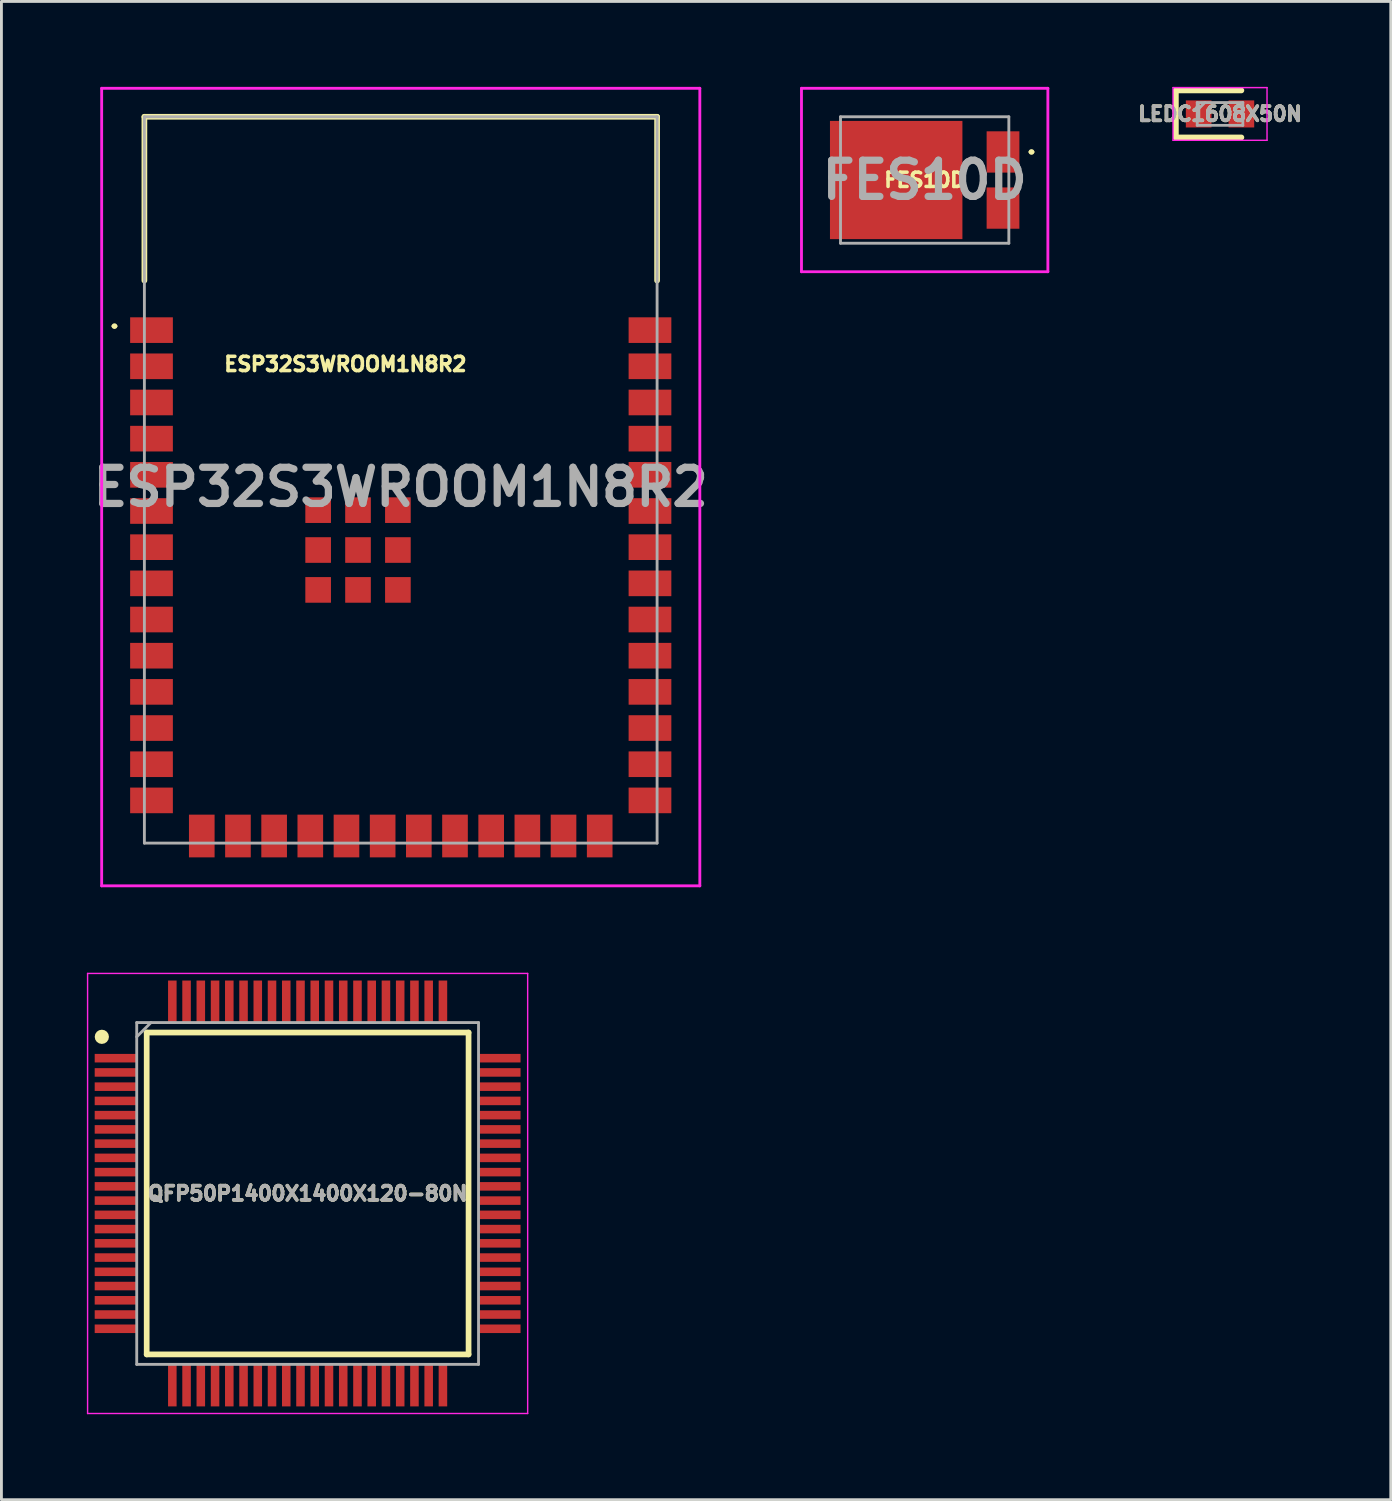
<source format=kicad_pcb>
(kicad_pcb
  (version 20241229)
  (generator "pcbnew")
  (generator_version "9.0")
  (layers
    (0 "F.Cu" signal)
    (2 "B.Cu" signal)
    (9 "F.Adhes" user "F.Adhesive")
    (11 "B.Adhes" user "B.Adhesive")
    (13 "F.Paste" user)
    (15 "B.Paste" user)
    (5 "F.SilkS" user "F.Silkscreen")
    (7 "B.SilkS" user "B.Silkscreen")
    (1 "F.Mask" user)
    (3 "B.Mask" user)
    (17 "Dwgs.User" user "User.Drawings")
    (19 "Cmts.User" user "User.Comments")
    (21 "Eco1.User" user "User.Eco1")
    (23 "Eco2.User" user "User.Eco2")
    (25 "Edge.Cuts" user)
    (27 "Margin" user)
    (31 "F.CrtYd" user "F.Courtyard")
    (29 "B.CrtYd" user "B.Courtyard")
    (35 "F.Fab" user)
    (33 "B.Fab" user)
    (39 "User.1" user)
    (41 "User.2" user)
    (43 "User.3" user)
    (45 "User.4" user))
  (footprint "QFP50P1400X1400X120-80N"
    (layer "F.Cu")
    (at 7.75 38.85)
    (property "Reference" "QFP50P1400X1400X120-80N" (at 0 0 180) (layer "F.SilkS") (effects (font (size 0.5 0.5) (thickness 0.25))))
    (attr smd)
    (fp_line (start -5.65 -5.65) (end 5.65 -5.65) (stroke (width 0.2) (type solid)) (layer "F.SilkS"))
    (fp_line (start -5.65 5.65) (end -5.65 -5.65) (stroke (width 0.2) (type solid)) (layer "F.SilkS"))
    (fp_line (start 5.65 -5.65) (end 5.65 5.65) (stroke (width 0.2) (type solid)) (layer "F.SilkS"))
    (fp_line (start 5.65 5.65) (end -5.65 5.65) (stroke (width 0.2) (type solid)) (layer "F.SilkS"))
    (fp_circle (center -7.225 -5.5) (end -7.225 -5.375) (stroke (width 0.25) (type solid)) (fill no) (layer "F.SilkS"))
    (fp_line (start -7.725 -7.725) (end 7.725 -7.725) (stroke (width 0.05) (type solid)) (layer "F.CrtYd"))
    (fp_line (start -7.725 7.725) (end -7.725 -7.725) (stroke (width 0.05) (type solid)) (layer "F.CrtYd"))
    (fp_line (start 7.725 -7.725) (end 7.725 7.725) (stroke (width 0.05) (type solid)) (layer "F.CrtYd"))
    (fp_line (start 7.725 7.725) (end -7.725 7.725) (stroke (width 0.05) (type solid)) (layer "F.CrtYd"))
    (fp_line (start -6 -6) (end 6 -6) (stroke (width 0.1) (type solid)) (layer "F.Fab"))
    (fp_line (start -6 -5.5) (end -5.5 -6) (stroke (width 0.1) (type solid)) (layer "F.Fab"))
    (fp_line (start -6 6) (end -6 -6) (stroke (width 0.1) (type solid)) (layer "F.Fab"))
    (fp_line (start 6 -6) (end 6 6) (stroke (width 0.1) (type solid)) (layer "F.Fab"))
    (fp_line (start 6 6) (end -6 6) (stroke (width 0.1) (type solid)) (layer "F.Fab"))
    (fp_text user "${REFERENCE}" (at 0 0 180) (layer "F.Fab") (effects (font (size 0.5 0.5) (thickness 0.25))))
    (pad "1" smd rect (at -6.738 -4.75 90) (size 0.3 1.475) (layers "F.Cu" "F.Mask" "F.Paste"))
    (pad "2" smd rect (at -6.738 -4.25 90) (size 0.3 1.475) (layers "F.Cu" "F.Mask" "F.Paste"))
    (pad "3" smd rect (at -6.738 -3.75 90) (size 0.3 1.475) (layers "F.Cu" "F.Mask" "F.Paste"))
    (pad "4" smd rect (at -6.738 -3.25 90) (size 0.3 1.475) (layers "F.Cu" "F.Mask" "F.Paste"))
    (pad "5" smd rect (at -6.738 -2.75 90) (size 0.3 1.475) (layers "F.Cu" "F.Mask" "F.Paste"))
    (pad "6" smd rect (at -6.738 -2.25 90) (size 0.3 1.475) (layers "F.Cu" "F.Mask" "F.Paste"))
    (pad "7" smd rect (at -6.738 -1.75 90) (size 0.3 1.475) (layers "F.Cu" "F.Mask" "F.Paste"))
    (pad "8" smd rect (at -6.738 -1.25 90) (size 0.3 1.475) (layers "F.Cu" "F.Mask" "F.Paste"))
    (pad "9" smd rect (at -6.738 -0.75 90) (size 0.3 1.475) (layers "F.Cu" "F.Mask" "F.Paste"))
    (pad "10" smd rect (at -6.738 -0.25 90) (size 0.3 1.475) (layers "F.Cu" "F.Mask" "F.Paste"))
    (pad "11" smd rect (at -6.738 0.25 90) (size 0.3 1.475) (layers "F.Cu" "F.Mask" "F.Paste"))
    (pad "12" smd rect (at -6.738 0.75 90) (size 0.3 1.475) (layers "F.Cu" "F.Mask" "F.Paste"))
    (pad "13" smd rect (at -6.738 1.25 90) (size 0.3 1.475) (layers "F.Cu" "F.Mask" "F.Paste"))
    (pad "14" smd rect (at -6.738 1.75 90) (size 0.3 1.475) (layers "F.Cu" "F.Mask" "F.Paste"))
    (pad "15" smd rect (at -6.738 2.25 90) (size 0.3 1.475) (layers "F.Cu" "F.Mask" "F.Paste"))
    (pad "16" smd rect (at -6.738 2.75 90) (size 0.3 1.475) (layers "F.Cu" "F.Mask" "F.Paste"))
    (pad "17" smd rect (at -6.738 3.25 90) (size 0.3 1.475) (layers "F.Cu" "F.Mask" "F.Paste"))
    (pad "18" smd rect (at -6.738 3.75 90) (size 0.3 1.475) (layers "F.Cu" "F.Mask" "F.Paste"))
    (pad "19" smd rect (at -6.738 4.25 90) (size 0.3 1.475) (layers "F.Cu" "F.Mask" "F.Paste"))
    (pad "20" smd rect (at -6.738 4.75 90) (size 0.3 1.475) (layers "F.Cu" "F.Mask" "F.Paste"))
    (pad "21" smd rect (at -4.75 6.738) (size 0.3 1.475) (layers "F.Cu" "F.Mask" "F.Paste"))
    (pad "22" smd rect (at -4.25 6.738) (size 0.3 1.475) (layers "F.Cu" "F.Mask" "F.Paste"))
    (pad "23" smd rect (at -3.75 6.738) (size 0.3 1.475) (layers "F.Cu" "F.Mask" "F.Paste"))
    (pad "24" smd rect (at -3.25 6.738) (size 0.3 1.475) (layers "F.Cu" "F.Mask" "F.Paste"))
    (pad "25" smd rect (at -2.75 6.738) (size 0.3 1.475) (layers "F.Cu" "F.Mask" "F.Paste"))
    (pad "26" smd rect (at -2.25 6.738) (size 0.3 1.475) (layers "F.Cu" "F.Mask" "F.Paste"))
    (pad "27" smd rect (at -1.75 6.738) (size 0.3 1.475) (layers "F.Cu" "F.Mask" "F.Paste"))
    (pad "28" smd rect (at -1.25 6.738) (size 0.3 1.475) (layers "F.Cu" "F.Mask" "F.Paste"))
    (pad "29" smd rect (at -0.75 6.738) (size 0.3 1.475) (layers "F.Cu" "F.Mask" "F.Paste"))
    (pad "30" smd rect (at -0.25 6.738) (size 0.3 1.475) (layers "F.Cu" "F.Mask" "F.Paste"))
    (pad "31" smd rect (at 0.25 6.738) (size 0.3 1.475) (layers "F.Cu" "F.Mask" "F.Paste"))
    (pad "32" smd rect (at 0.75 6.738) (size 0.3 1.475) (layers "F.Cu" "F.Mask" "F.Paste"))
    (pad "33" smd rect (at 1.25 6.738) (size 0.3 1.475) (layers "F.Cu" "F.Mask" "F.Paste"))
    (pad "34" smd rect (at 1.75 6.738) (size 0.3 1.475) (layers "F.Cu" "F.Mask" "F.Paste"))
    (pad "35" smd rect (at 2.25 6.738) (size 0.3 1.475) (layers "F.Cu" "F.Mask" "F.Paste"))
    (pad "36" smd rect (at 2.75 6.738) (size 0.3 1.475) (layers "F.Cu" "F.Mask" "F.Paste"))
    (pad "37" smd rect (at 3.25 6.738) (size 0.3 1.475) (layers "F.Cu" "F.Mask" "F.Paste"))
    (pad "38" smd rect (at 3.75 6.738) (size 0.3 1.475) (layers "F.Cu" "F.Mask" "F.Paste"))
    (pad "39" smd rect (at 4.25 6.738) (size 0.3 1.475) (layers "F.Cu" "F.Mask" "F.Paste"))
    (pad "40" smd rect (at 4.75 6.738) (size 0.3 1.475) (layers "F.Cu" "F.Mask" "F.Paste"))
    (pad "41" smd rect (at 6.738 4.75 90) (size 0.3 1.475) (layers "F.Cu" "F.Mask" "F.Paste"))
    (pad "42" smd rect (at 6.738 4.25 90) (size 0.3 1.475) (layers "F.Cu" "F.Mask" "F.Paste"))
    (pad "43" smd rect (at 6.738 3.75 90) (size 0.3 1.475) (layers "F.Cu" "F.Mask" "F.Paste"))
    (pad "44" smd rect (at 6.738 3.25 90) (size 0.3 1.475) (layers "F.Cu" "F.Mask" "F.Paste"))
    (pad "45" smd rect (at 6.738 2.75 90) (size 0.3 1.475) (layers "F.Cu" "F.Mask" "F.Paste"))
    (pad "46" smd rect (at 6.738 2.25 90) (size 0.3 1.475) (layers "F.Cu" "F.Mask" "F.Paste"))
    (pad "47" smd rect (at 6.738 1.75 90) (size 0.3 1.475) (layers "F.Cu" "F.Mask" "F.Paste"))
    (pad "48" smd rect (at 6.738 1.25 90) (size 0.3 1.475) (layers "F.Cu" "F.Mask" "F.Paste"))
    (pad "49" smd rect (at 6.738 0.75 90) (size 0.3 1.475) (layers "F.Cu" "F.Mask" "F.Paste"))
    (pad "50" smd rect (at 6.738 0.25 90) (size 0.3 1.475) (layers "F.Cu" "F.Mask" "F.Paste"))
    (pad "51" smd rect (at 6.738 -0.25 90) (size 0.3 1.475) (layers "F.Cu" "F.Mask" "F.Paste"))
    (pad "52" smd rect (at 6.738 -0.75 90) (size 0.3 1.475) (layers "F.Cu" "F.Mask" "F.Paste"))
    (pad "53" smd rect (at 6.738 -1.25 90) (size 0.3 1.475) (layers "F.Cu" "F.Mask" "F.Paste"))
    (pad "54" smd rect (at 6.738 -1.75 90) (size 0.3 1.475) (layers "F.Cu" "F.Mask" "F.Paste"))
    (pad "55" smd rect (at 6.738 -2.25 90) (size 0.3 1.475) (layers "F.Cu" "F.Mask" "F.Paste"))
    (pad "56" smd rect (at 6.738 -2.75 90) (size 0.3 1.475) (layers "F.Cu" "F.Mask" "F.Paste"))
    (pad "57" smd rect (at 6.738 -3.25 90) (size 0.3 1.475) (layers "F.Cu" "F.Mask" "F.Paste"))
    (pad "58" smd rect (at 6.738 -3.75 90) (size 0.3 1.475) (layers "F.Cu" "F.Mask" "F.Paste"))
    (pad "59" smd rect (at 6.738 -4.25 90) (size 0.3 1.475) (layers "F.Cu" "F.Mask" "F.Paste"))
    (pad "60" smd rect (at 6.738 -4.75 90) (size 0.3 1.475) (layers "F.Cu" "F.Mask" "F.Paste"))
    (pad "61" smd rect (at 4.75 -6.738) (size 0.3 1.475) (layers "F.Cu" "F.Mask" "F.Paste"))
    (pad "62" smd rect (at 4.25 -6.738) (size 0.3 1.475) (layers "F.Cu" "F.Mask" "F.Paste"))
    (pad "63" smd rect (at 3.75 -6.738) (size 0.3 1.475) (layers "F.Cu" "F.Mask" "F.Paste"))
    (pad "64" smd rect (at 3.25 -6.738) (size 0.3 1.475) (layers "F.Cu" "F.Mask" "F.Paste"))
    (pad "65" smd rect (at 2.75 -6.738) (size 0.3 1.475) (layers "F.Cu" "F.Mask" "F.Paste"))
    (pad "66" smd rect (at 2.25 -6.738) (size 0.3 1.475) (layers "F.Cu" "F.Mask" "F.Paste"))
    (pad "67" smd rect (at 1.75 -6.738) (size 0.3 1.475) (layers "F.Cu" "F.Mask" "F.Paste"))
    (pad "68" smd rect (at 1.25 -6.738) (size 0.3 1.475) (layers "F.Cu" "F.Mask" "F.Paste"))
    (pad "69" smd rect (at 0.75 -6.738) (size 0.3 1.475) (layers "F.Cu" "F.Mask" "F.Paste"))
    (pad "70" smd rect (at 0.25 -6.738) (size 0.3 1.475) (layers "F.Cu" "F.Mask" "F.Paste"))
    (pad "71" smd rect (at -0.25 -6.738) (size 0.3 1.475) (layers "F.Cu" "F.Mask" "F.Paste"))
    (pad "72" smd rect (at -0.75 -6.738) (size 0.3 1.475) (layers "F.Cu" "F.Mask" "F.Paste"))
    (pad "73" smd rect (at -1.25 -6.738) (size 0.3 1.475) (layers "F.Cu" "F.Mask" "F.Paste"))
    (pad "74" smd rect (at -1.75 -6.738) (size 0.3 1.475) (layers "F.Cu" "F.Mask" "F.Paste"))
    (pad "75" smd rect (at -2.25 -6.738) (size 0.3 1.475) (layers "F.Cu" "F.Mask" "F.Paste"))
    (pad "76" smd rect (at -2.75 -6.738) (size 0.3 1.475) (layers "F.Cu" "F.Mask" "F.Paste"))
    (pad "77" smd rect (at -3.25 -6.738) (size 0.3 1.475) (layers "F.Cu" "F.Mask" "F.Paste"))
    (pad "78" smd rect (at -3.75 -6.738) (size 0.3 1.475) (layers "F.Cu" "F.Mask" "F.Paste"))
    (pad "79" smd rect (at -4.25 -6.738) (size 0.3 1.475) (layers "F.Cu" "F.Mask" "F.Paste"))
    (pad "80" smd rect (at -4.75 -6.738) (size 0.3 1.475) (layers "F.Cu" "F.Mask" "F.Paste")))
  (footprint "FES10D"
    (layer "F.Cu")
    (at 29.413 3.27)
    (property "Reference" "FES10D" (at 0 0 0) (layer "F.SilkS") (effects (font (size 0.5 0.5) (thickness 0.25))))
    (attr smd)
    (fp_line (start 3.7 -0.985) (end 3.7 -0.985) (stroke (width 0.1) (type solid)) (layer "F.SilkS"))
    (fp_line (start 3.8 -0.985) (end 3.8 -0.985) (stroke (width 0.1) (type solid)) (layer "F.SilkS"))
    (fp_arc (start 3.7 -0.985) (mid 3.75 -1.035) (end 3.8 -0.985) (stroke (width 0.1) (type solid)) (layer "F.SilkS"))
    (fp_arc (start 3.8 -0.985) (mid 3.75 -0.935) (end 3.7 -0.985) (stroke (width 0.1) (type solid)) (layer "F.SilkS"))
    (fp_line (start -4.325 -3.22) (end 4.325 -3.22) (stroke (width 0.1) (type solid)) (layer "F.CrtYd"))
    (fp_line (start -4.325 3.22) (end -4.325 -3.22) (stroke (width 0.1) (type solid)) (layer "F.CrtYd"))
    (fp_line (start 4.325 -3.22) (end 4.325 3.22) (stroke (width 0.1) (type solid)) (layer "F.CrtYd"))
    (fp_line (start 4.325 3.22) (end -4.325 3.22) (stroke (width 0.1) (type solid)) (layer "F.CrtYd"))
    (fp_line (start -2.955 -2.22) (end 2.955 -2.22) (stroke (width 0.1) (type solid)) (layer "F.Fab"))
    (fp_line (start -2.955 2.22) (end -2.955 -2.22) (stroke (width 0.1) (type solid)) (layer "F.Fab"))
    (fp_line (start 2.955 -2.22) (end 2.955 2.22) (stroke (width 0.1) (type solid)) (layer "F.Fab"))
    (fp_line (start 2.955 2.22) (end -2.955 2.22) (stroke (width 0.1) (type solid)) (layer "F.Fab"))
    (fp_text user "${REFERENCE}" (at 0 0 0) (layer "F.Fab") (effects (font (size 1.27 1.27) (thickness 0.254))))
    (pad "1" smd rect (at 2.75 -0.985 180) (size 1.15 1.45) (layers "F.Cu" "F.Mask" "F.Paste"))
    (pad "2" smd rect (at 2.75 0.985 180) (size 1.15 1.45) (layers "F.Cu" "F.Mask" "F.Paste"))
    (pad "3" smd rect (at -1 0 270) (size 4.15 4.65) (layers "F.Cu" "F.Mask" "F.Paste")))
  (footprint "LEDC1608X50N"
    (layer "F.Cu")
    (at 39.782 0.95)
    (property "Reference" "LEDC1608X50N" (at 0 0 0) (layer "F.SilkS") (effects (font (size 0.5 0.5) (thickness 0.25))))
    (attr smd)
    (fp_line (start -1.55 -0.825) (end -1.55 0.825) (stroke (width 0.2) (type solid)) (layer "F.SilkS"))
    (fp_line (start -1.55 0.825) (end 0.75 0.825) (stroke (width 0.2) (type solid)) (layer "F.SilkS"))
    (fp_line (start 0.75 -0.825) (end -1.55 -0.825) (stroke (width 0.2) (type solid)) (layer "F.SilkS"))
    (fp_line (start -1.65 -0.925) (end 1.65 -0.925) (stroke (width 0.05) (type solid)) (layer "F.CrtYd"))
    (fp_line (start -1.65 0.925) (end -1.65 -0.925) (stroke (width 0.05) (type solid)) (layer "F.CrtYd"))
    (fp_line (start 1.65 -0.925) (end 1.65 0.925) (stroke (width 0.05) (type solid)) (layer "F.CrtYd"))
    (fp_line (start 1.65 0.925) (end -1.65 0.925) (stroke (width 0.05) (type solid)) (layer "F.CrtYd"))
    (fp_line (start -0.8 -0.4) (end 0.8 -0.4) (stroke (width 0.1) (type solid)) (layer "F.Fab"))
    (fp_line (start -0.8 -0.133) (end -0.533 -0.4) (stroke (width 0.1) (type solid)) (layer "F.Fab"))
    (fp_line (start -0.8 0.4) (end -0.8 -0.4) (stroke (width 0.1) (type solid)) (layer "F.Fab"))
    (fp_line (start 0.8 -0.4) (end 0.8 0.4) (stroke (width 0.1) (type solid)) (layer "F.Fab"))
    (fp_line (start 0.8 0.4) (end -0.8 0.4) (stroke (width 0.1) (type solid)) (layer "F.Fab"))
    (fp_text user "${REFERENCE}" (at 0 0 0) (layer "F.Fab") (effects (font (size 0.5 0.5) (thickness 0.25))))
    (pad "1" smd rect (at -0.75 0 180) (size 0.9 0.95) (layers "F.Cu" "F.Mask" "F.Paste"))
    (pad "2" smd rect (at 0.75 0 180) (size 0.9 0.95) (layers "F.Cu" "F.Mask" "F.Paste")))
  (footprint "ESP32S3WROOM1N8R2"
    (layer "F.Cu")
    (at 11.019 13.8)
    (property "Reference" "ESP32S3WROOM1N8R2" (at -1.943 -4.066 0) (layer "F.SilkS") (effects (font (size 0.5 0.5) (thickness 0.25))))
    (attr smd)
    (fp_line (start -10.1 -5.4) (end -10.1 -5.4) (stroke (width 0.1) (type solid)) (layer "F.SilkS"))
    (fp_line (start -10 -5.4) (end -10 -5.4) (stroke (width 0.1) (type solid)) (layer "F.SilkS"))
    (fp_line (start -9 -12.75) (end 9 -12.75) (stroke (width 0.2) (type solid)) (layer "F.SilkS"))
    (fp_line (start -9 -7) (end -9 -12.75) (stroke (width 0.2) (type solid)) (layer "F.SilkS"))
    (fp_line (start 9 -12.75) (end 9 -7) (stroke (width 0.2) (type solid)) (layer "F.SilkS"))
    (fp_arc (start -10.1 -5.4) (mid -10.05 -5.45) (end -10 -5.4) (stroke (width 0.1) (type solid)) (layer "F.SilkS"))
    (fp_arc (start -10 -5.4) (mid -10.05 -5.35) (end -10.1 -5.4) (stroke (width 0.1) (type solid)) (layer "F.SilkS"))
    (fp_line (start -10.5 -13.75) (end 10.5 -13.75) (stroke (width 0.1) (type solid)) (layer "F.CrtYd"))
    (fp_line (start -10.5 14.25) (end -10.5 -13.75) (stroke (width 0.1) (type solid)) (layer "F.CrtYd"))
    (fp_line (start 10.5 -13.75) (end 10.5 14.25) (stroke (width 0.1) (type solid)) (layer "F.CrtYd"))
    (fp_line (start 10.5 14.25) (end -10.5 14.25) (stroke (width 0.1) (type solid)) (layer "F.CrtYd"))
    (fp_line (start -9 -12.75) (end 9 -12.75) (stroke (width 0.1) (type solid)) (layer "F.Fab"))
    (fp_line (start -9 12.75) (end -9 -12.75) (stroke (width 0.1) (type solid)) (layer "F.Fab"))
    (fp_line (start 9 -12.75) (end 9 12.75) (stroke (width 0.1) (type solid)) (layer "F.Fab"))
    (fp_line (start 9 12.75) (end -9 12.75) (stroke (width 0.1) (type solid)) (layer "F.Fab"))
    (fp_text user "${REFERENCE}" (at 0 0.25 0) (layer "F.Fab") (effects (font (size 1.27 1.27) (thickness 0.254))))
    (pad "1" smd rect (at -8.75 -5.26 270) (size 0.9 1.5) (layers "F.Cu" "F.Mask" "F.Paste"))
    (pad "2" smd rect (at -8.75 -3.99 270) (size 0.9 1.5) (layers "F.Cu" "F.Mask" "F.Paste"))
    (pad "3" smd rect (at -8.75 -2.72 270) (size 0.9 1.5) (layers "F.Cu" "F.Mask" "F.Paste"))
    (pad "4" smd rect (at -8.75 -1.45 270) (size 0.9 1.5) (layers "F.Cu" "F.Mask" "F.Paste"))
    (pad "5" smd rect (at -8.75 -0.18 270) (size 0.9 1.5) (layers "F.Cu" "F.Mask" "F.Paste"))
    (pad "6" smd rect (at -8.75 1.09 270) (size 0.9 1.5) (layers "F.Cu" "F.Mask" "F.Paste"))
    (pad "7" smd rect (at -8.75 2.36 270) (size 0.9 1.5) (layers "F.Cu" "F.Mask" "F.Paste"))
    (pad "8" smd rect (at -8.75 3.63 270) (size 0.9 1.5) (layers "F.Cu" "F.Mask" "F.Paste"))
    (pad "9" smd rect (at -8.75 4.9 270) (size 0.9 1.5) (layers "F.Cu" "F.Mask" "F.Paste"))
    (pad "10" smd rect (at -8.75 6.17 270) (size 0.9 1.5) (layers "F.Cu" "F.Mask" "F.Paste"))
    (pad "11" smd rect (at -8.75 7.44 270) (size 0.9 1.5) (layers "F.Cu" "F.Mask" "F.Paste"))
    (pad "12" smd rect (at -8.75 8.71 270) (size 0.9 1.5) (layers "F.Cu" "F.Mask" "F.Paste"))
    (pad "13" smd rect (at -8.75 9.98 270) (size 0.9 1.5) (layers "F.Cu" "F.Mask" "F.Paste"))
    (pad "14" smd rect (at -8.75 11.25 270) (size 0.9 1.5) (layers "F.Cu" "F.Mask" "F.Paste"))
    (pad "15" smd rect (at -6.985 12.5 180) (size 0.9 1.5) (layers "F.Cu" "F.Mask" "F.Paste"))
    (pad "16" smd rect (at -5.715 12.5 180) (size 0.9 1.5) (layers "F.Cu" "F.Mask" "F.Paste"))
    (pad "17" smd rect (at -4.445 12.5 180) (size 0.9 1.5) (layers "F.Cu" "F.Mask" "F.Paste"))
    (pad "18" smd rect (at -3.175 12.5 180) (size 0.9 1.5) (layers "F.Cu" "F.Mask" "F.Paste"))
    (pad "19" smd rect (at -1.905 12.5 180) (size 0.9 1.5) (layers "F.Cu" "F.Mask" "F.Paste"))
    (pad "20" smd rect (at -0.635 12.5 180) (size 0.9 1.5) (layers "F.Cu" "F.Mask" "F.Paste"))
    (pad "21" smd rect (at 0.635 12.5 180) (size 0.9 1.5) (layers "F.Cu" "F.Mask" "F.Paste"))
    (pad "22" smd rect (at 1.905 12.5 180) (size 0.9 1.5) (layers "F.Cu" "F.Mask" "F.Paste"))
    (pad "23" smd rect (at 3.175 12.5 180) (size 0.9 1.5) (layers "F.Cu" "F.Mask" "F.Paste"))
    (pad "24" smd rect (at 4.445 12.5 180) (size 0.9 1.5) (layers "F.Cu" "F.Mask" "F.Paste"))
    (pad "25" smd rect (at 5.715 12.5 180) (size 0.9 1.5) (layers "F.Cu" "F.Mask" "F.Paste"))
    (pad "26" smd rect (at 6.985 12.5 180) (size 0.9 1.5) (layers "F.Cu" "F.Mask" "F.Paste"))
    (pad "27" smd rect (at 8.75 11.25 270) (size 0.9 1.5) (layers "F.Cu" "F.Mask" "F.Paste"))
    (pad "28" smd rect (at 8.75 9.98 270) (size 0.9 1.5) (layers "F.Cu" "F.Mask" "F.Paste"))
    (pad "29" smd rect (at 8.75 8.71 270) (size 0.9 1.5) (layers "F.Cu" "F.Mask" "F.Paste"))
    (pad "30" smd rect (at 8.75 7.44 270) (size 0.9 1.5) (layers "F.Cu" "F.Mask" "F.Paste"))
    (pad "31" smd rect (at 8.75 6.17 270) (size 0.9 1.5) (layers "F.Cu" "F.Mask" "F.Paste"))
    (pad "32" smd rect (at 8.75 4.9 270) (size 0.9 1.5) (layers "F.Cu" "F.Mask" "F.Paste"))
    (pad "33" smd rect (at 8.75 3.63 270) (size 0.9 1.5) (layers "F.Cu" "F.Mask" "F.Paste"))
    (pad "34" smd rect (at 8.75 2.36 270) (size 0.9 1.5) (layers "F.Cu" "F.Mask" "F.Paste"))
    (pad "35" smd rect (at 8.75 1.09 270) (size 0.9 1.5) (layers "F.Cu" "F.Mask" "F.Paste"))
    (pad "36" smd rect (at 8.75 -0.18 270) (size 0.9 1.5) (layers "F.Cu" "F.Mask" "F.Paste"))
    (pad "37" smd rect (at 8.75 -1.45 270) (size 0.9 1.5) (layers "F.Cu" "F.Mask" "F.Paste"))
    (pad "38" smd rect (at 8.75 -2.72 270) (size 0.9 1.5) (layers "F.Cu" "F.Mask" "F.Paste"))
    (pad "39" smd rect (at 8.75 -3.99 270) (size 0.9 1.5) (layers "F.Cu" "F.Mask" "F.Paste"))
    (pad "40" smd rect (at 8.75 -5.26 270) (size 0.9 1.5) (layers "F.Cu" "F.Mask" "F.Paste"))
    (pad "41" smd rect (at -1.5 2.46 180) (size 0.9 0.9) (layers "F.Cu" "F.Mask" "F.Paste"))
    (pad "42" smd rect (at -1.5 1.06 180) (size 0.9 0.9) (layers "F.Cu" "F.Mask" "F.Paste"))
    (pad "43" smd rect (at -2.9 1.06 180) (size 0.9 0.9) (layers "F.Cu" "F.Mask" "F.Paste"))
    (pad "44" smd rect (at -2.9 2.46 180) (size 0.9 0.9) (layers "F.Cu" "F.Mask" "F.Paste"))
    (pad "45" smd rect (at -2.9 3.86 180) (size 0.9 0.9) (layers "F.Cu" "F.Mask" "F.Paste"))
    (pad "46" smd rect (at -1.5 3.86 180) (size 0.9 0.9) (layers "F.Cu" "F.Mask" "F.Paste"))
    (pad "47" smd rect (at -0.1 3.86 180) (size 0.9 0.9) (layers "F.Cu" "F.Mask" "F.Paste"))
    (pad "48" smd rect (at -0.1 2.46 180) (size 0.9 0.9) (layers "F.Cu" "F.Mask" "F.Paste"))
    (pad "49" smd rect (at -0.1 1.06 180) (size 0.9 0.9) (layers "F.Cu" "F.Mask" "F.Paste")))
  (gr_rect
    (start -3 -3)
    (end 45.777 49.6)
    (stroke (width 0.1) (type default))
    (fill no)
    (layer "Edge.Cuts")))
</source>
